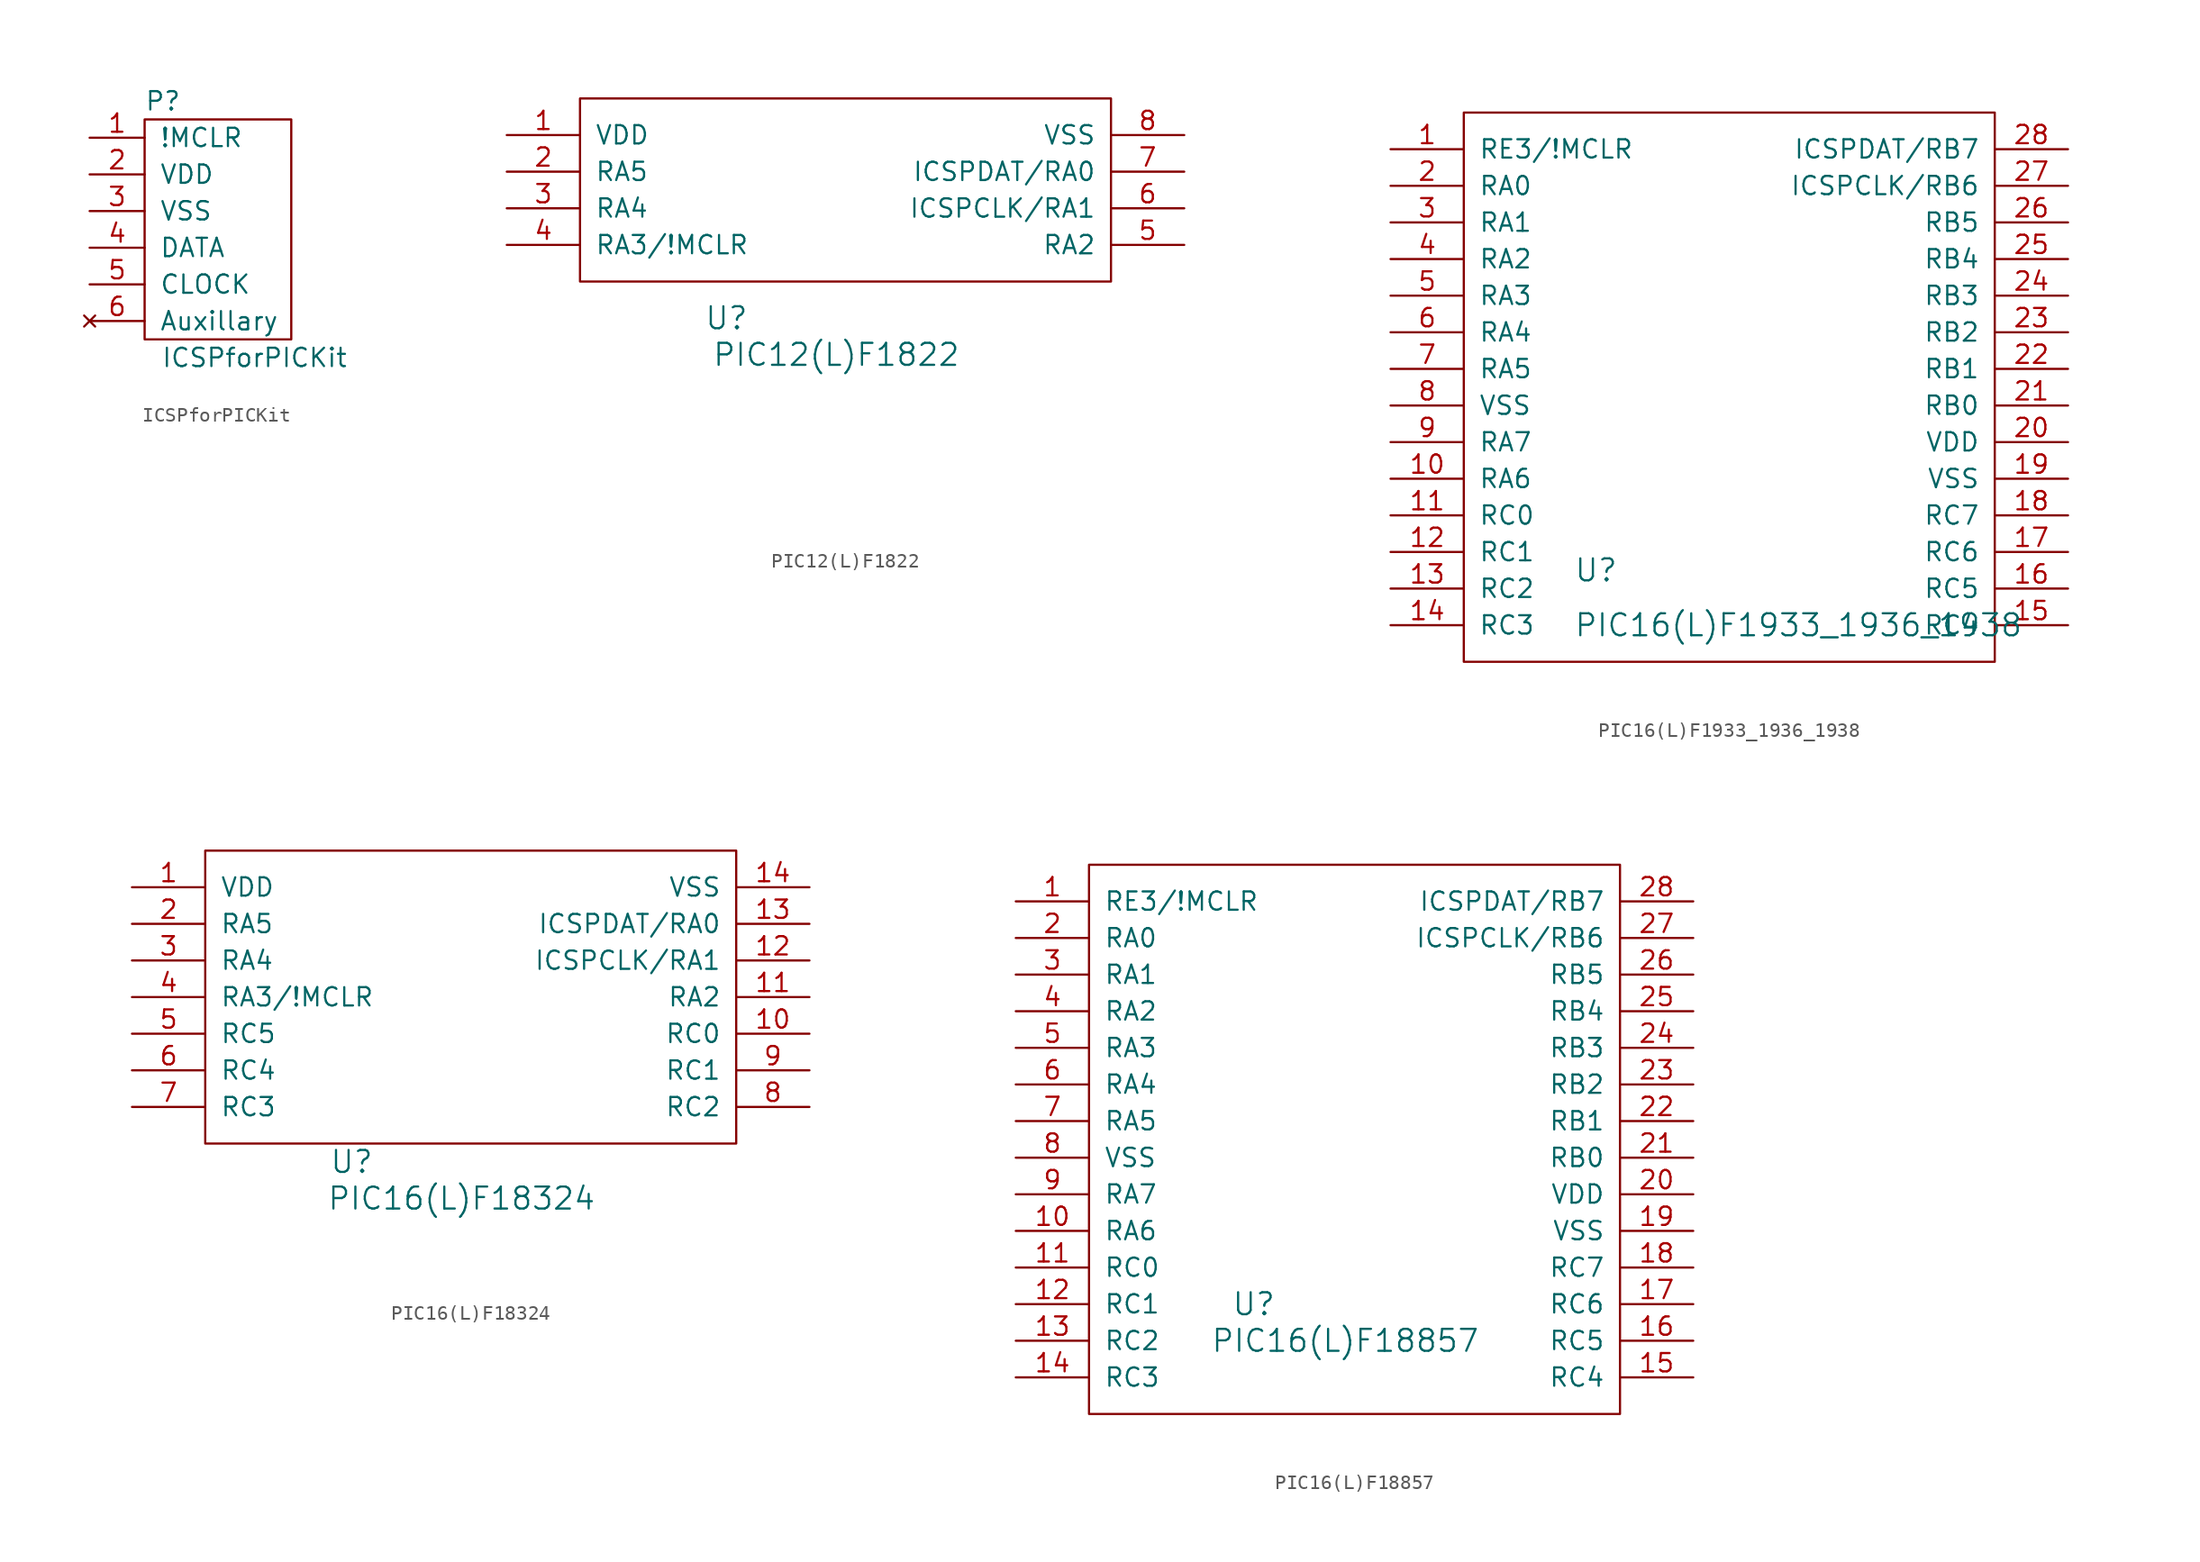
<source format=kicad_sym>
(kicad_symbol_lib
  (version 20220914)
  (generator kicad_symbol_editor)
  (symbol "ICSPforPICKit"
    (pin_names
      (offset 1.016))
    (property "Reference" "P"
      (at 0 8.89 0)
      (effects (font (size 1.27 1.27))))
    (property "Value" "ICSPforPICKit"
      (at 6.35 -8.89 0)
      (effects (font (size 1.27 1.27))))
    (property "Footprint" ""
      (at 0 0 0)
      (effects (font (size 1.27 1.27))))
    (property "Datasheet" ""
      (at 0 0 0)
      (effects (font (size 1.27 1.27))))
    (symbol "ICSPforPICKit_0_1"
      (rectangle (start -1.27 7.62) (end 8.89 -7.62) (stroke (width 0) (type solid)) (fill (type none))))
    (symbol "ICSPforPICKit_1_1"
      (pin output line (at -5.08 6.35 0) (length 3.81) (name "!MCLR" (effects (font (size 1.27 1.27)))) (number "1" (effects (font (size 1.27 1.27)))))
      (pin power_in line (at -5.08 3.81 0) (length 3.81) (name "VDD" (effects (font (size 1.27 1.27)))) (number "2" (effects (font (size 1.27 1.27)))))
      (pin power_in line (at -5.08 1.27 0) (length 3.81) (name "VSS" (effects (font (size 1.27 1.27)))) (number "3" (effects (font (size 1.27 1.27)))))
      (pin bidirectional line (at -5.08 -1.27 0) (length 3.81) (name "DATA" (effects (font (size 1.27 1.27)))) (number "4" (effects (font (size 1.27 1.27)))))
      (pin output line (at -5.08 -3.81 0) (length 3.81) (name "CLOCK" (effects (font (size 1.27 1.27)))) (number "5" (effects (font (size 1.27 1.27)))))
      (pin no_connect line (at -5.08 -6.35 0) (length 3.81) (name "Auxillary" (effects (font (size 1.27 1.27)))) (number "6" (effects (font (size 1.27 1.27)))))))
  (symbol "PIC12(L)F1822"
    (pin_names
      (offset 1.016))
    (property "Reference" "U"
      (at 15.24 -12.7 0)
      (effects (font (size 1.524 1.524))))
    (property "Value" "PIC12(L)F1822"
      (at 22.86 -15.24 0)
      (effects (font (size 1.524 1.524))))
    (property "Footprint" ""
      (at 46.99 -25.4 0)
      (effects (font (size 1.524 1.524))))
    (property "Datasheet" ""
      (at 46.99 -25.4 0)
      (effects (font (size 1.524 1.524))))
    (symbol "PIC12(L)F1822_0_1"
      (rectangle (start 5.08 2.54) (end 41.91 -10.16) (stroke (width 0) (type solid)) (fill (type none))))
    (symbol "PIC12(L)F1822_1_1"
      (pin power_in line (at 0 0 0) (length 5.08) (name "VDD" (effects (font (size 1.27 1.27)))) (number "1" (effects (font (size 1.27 1.27)))))
      (pin bidirectional line (at 0 -2.54 0) (length 5.08) (name "RA5" (effects (font (size 1.27 1.27)))) (number "2" (effects (font (size 1.27 1.27)))))
      (pin bidirectional line (at 0 -5.08 0) (length 5.08) (name "RA4" (effects (font (size 1.27 1.27)))) (number "3" (effects (font (size 1.27 1.27)))))
      (pin bidirectional line (at 0 -7.62 0) (length 5.08) (name "RA3/!MCLR" (effects (font (size 1.27 1.27)))) (number "4" (effects (font (size 1.27 1.27)))))
      (pin output line (at 46.99 -7.62 180) (length 5.08) (name "RA2" (effects (font (size 1.27 1.27)))) (number "5" (effects (font (size 1.27 1.27)))))
      (pin bidirectional line (at 46.99 -5.08 180) (length 5.08) (name "ICSPCLK/RA1" (effects (font (size 1.27 1.27)))) (number "6" (effects (font (size 1.27 1.27)))))
      (pin bidirectional line (at 46.99 -2.54 180) (length 5.08) (name "ICSPDAT/RA0" (effects (font (size 1.27 1.27)))) (number "7" (effects (font (size 1.27 1.27)))))
      (pin power_in line (at 46.99 0 180) (length 5.08) (name "VSS" (effects (font (size 1.27 1.27)))) (number "8" (effects (font (size 1.27 1.27)))))))
  (symbol "PIC16(L)F1933_1936_1938"
    (pin_names
      (offset 1.016))
    (property "Reference" "U"
      (at 12.7 -29.21 0)
      (effects (font (size 1.524 1.524)) (justify left)))
    (property "Value" "PIC16(L)F1933_1936_1938"
      (at 12.7 -33.02 0)
      (effects (font (size 1.524 1.524)) (justify left)))
    (property "Footprint" ""
      (at 0 -22.86 0)
      (effects (font (size 1.524 1.524))))
    (property "Datasheet" ""
      (at 0 -22.86 0)
      (effects (font (size 1.524 1.524))))
    (symbol "PIC16(L)F1933_1936_1938_0_1"
      (rectangle (start 5.08 2.54) (end 41.91 -35.56) (stroke (width 0) (type solid)) (fill (type none))))
    (symbol "PIC16(L)F1933_1936_1938_1_1"
      (pin input line (at 0 0 0) (length 5.08) (name "RE3/!MCLR" (effects (font (size 1.27 1.27)))) (number "1" (effects (font (size 1.27 1.27)))))
      (pin bidirectional line (at 0 -22.86 0) (length 5.08) (name "RA6" (effects (font (size 1.27 1.27)))) (number "10" (effects (font (size 1.27 1.27)))))
      (pin bidirectional line (at 0 -25.4 0) (length 5.08) (name "RC0" (effects (font (size 1.27 1.27)))) (number "11" (effects (font (size 1.27 1.27)))))
      (pin bidirectional line (at 0 -27.94 0) (length 5.08) (name "RC1" (effects (font (size 1.27 1.27)))) (number "12" (effects (font (size 1.27 1.27)))))
      (pin bidirectional line (at 0 -30.48 0) (length 5.08) (name "RC2" (effects (font (size 1.27 1.27)))) (number "13" (effects (font (size 1.27 1.27)))))
      (pin bidirectional line (at 0 -33.02 0) (length 5.08) (name "RC3" (effects (font (size 1.27 1.27)))) (number "14" (effects (font (size 1.27 1.27)))))
      (pin bidirectional line (at 46.99 -33.02 180) (length 5.08) (name "RC4" (effects (font (size 1.27 1.27)))) (number "15" (effects (font (size 1.27 1.27)))))
      (pin bidirectional line (at 46.99 -30.48 180) (length 5.08) (name "RC5" (effects (font (size 1.27 1.27)))) (number "16" (effects (font (size 1.27 1.27)))))
      (pin bidirectional line (at 46.99 -27.94 180) (length 5.08) (name "RC6" (effects (font (size 1.27 1.27)))) (number "17" (effects (font (size 1.27 1.27)))))
      (pin bidirectional line (at 46.99 -25.4 180) (length 5.08) (name "RC7" (effects (font (size 1.27 1.27)))) (number "18" (effects (font (size 1.27 1.27)))))
      (pin power_in line (at 46.99 -22.86 180) (length 5.08) (name "VSS" (effects (font (size 1.27 1.27)))) (number "19" (effects (font (size 1.27 1.27)))))
      (pin bidirectional line (at 0 -2.54 0) (length 5.08) (name "RA0" (effects (font (size 1.27 1.27)))) (number "2" (effects (font (size 1.27 1.27)))))
      (pin power_in line (at 46.99 -20.32 180) (length 5.08) (name "VDD" (effects (font (size 1.27 1.27)))) (number "20" (effects (font (size 1.27 1.27)))))
      (pin bidirectional line (at 46.99 -17.78 180) (length 5.08) (name "RB0" (effects (font (size 1.27 1.27)))) (number "21" (effects (font (size 1.27 1.27)))))
      (pin bidirectional line (at 46.99 -15.24 180) (length 5.08) (name "RB1" (effects (font (size 1.27 1.27)))) (number "22" (effects (font (size 1.27 1.27)))))
      (pin bidirectional line (at 46.99 -12.7 180) (length 5.08) (name "RB2" (effects (font (size 1.27 1.27)))) (number "23" (effects (font (size 1.27 1.27)))))
      (pin bidirectional line (at 46.99 -10.16 180) (length 5.08) (name "RB3" (effects (font (size 1.27 1.27)))) (number "24" (effects (font (size 1.27 1.27)))))
      (pin bidirectional line (at 46.99 -7.62 180) (length 5.08) (name "RB4" (effects (font (size 1.27 1.27)))) (number "25" (effects (font (size 1.27 1.27)))))
      (pin bidirectional line (at 46.99 -5.08 180) (length 5.08) (name "RB5" (effects (font (size 1.27 1.27)))) (number "26" (effects (font (size 1.27 1.27)))))
      (pin bidirectional line (at 46.99 -2.54 180) (length 5.08) (name "ICSPCLK/RB6" (effects (font (size 1.27 1.27)))) (number "27" (effects (font (size 1.27 1.27)))))
      (pin bidirectional line (at 46.99 0 180) (length 5.08) (name "ICSPDAT/RB7" (effects (font (size 1.27 1.27)))) (number "28" (effects (font (size 1.27 1.27)))))
      (pin bidirectional line (at 0 -5.08 0) (length 5.08) (name "RA1" (effects (font (size 1.27 1.27)))) (number "3" (effects (font (size 1.27 1.27)))))
      (pin bidirectional line (at 0 -7.62 0) (length 5.08) (name "RA2" (effects (font (size 1.27 1.27)))) (number "4" (effects (font (size 1.27 1.27)))))
      (pin bidirectional line (at 0 -10.16 0) (length 5.08) (name "RA3" (effects (font (size 1.27 1.27)))) (number "5" (effects (font (size 1.27 1.27)))))
      (pin bidirectional line (at 0 -12.7 0) (length 5.08) (name "RA4" (effects (font (size 1.27 1.27)))) (number "6" (effects (font (size 1.27 1.27)))))
      (pin bidirectional line (at 0 -15.24 0) (length 5.08) (name "RA5" (effects (font (size 1.27 1.27)))) (number "7" (effects (font (size 1.27 1.27)))))
      (pin power_in line (at 0 -17.78 0) (length 5.08) (name "VSS" (effects (font (size 1.27 1.27)))) (number "8" (effects (font (size 1.27 1.27)))))
      (pin bidirectional line (at 0 -20.32 0) (length 5.08) (name "RA7" (effects (font (size 1.27 1.27)))) (number "9" (effects (font (size 1.27 1.27)))))))
  (symbol "PIC16(L)F18324"
    (pin_names
      (offset 1.016))
    (property "Reference" "U"
      (at 15.24 -19.05 0)
      (effects (font (size 1.524 1.524))))
    (property "Value" "PIC16(L)F18324"
      (at 22.86 -21.59 0)
      (effects (font (size 1.524 1.524))))
    (property "Footprint" ""
      (at 46.99 -25.4 0)
      (effects (font (size 1.524 1.524))))
    (property "Datasheet" ""
      (at 46.99 -25.4 0)
      (effects (font (size 1.524 1.524))))
    (symbol "PIC16(L)F18324_0_1"
      (rectangle (start 5.08 2.54) (end 41.91 -17.78) (stroke (width 0) (type solid)) (fill (type none))))
    (symbol "PIC16(L)F18324_1_1"
      (pin power_in line (at 0 0 0) (length 5.08) (name "VDD" (effects (font (size 1.27 1.27)))) (number "1" (effects (font (size 1.27 1.27)))))
      (pin bidirectional line (at 46.99 -10.16 180) (length 5.08) (name "RC0" (effects (font (size 1.27 1.27)))) (number "10" (effects (font (size 1.27 1.27)))))
      (pin output line (at 46.99 -7.62 180) (length 5.08) (name "RA2" (effects (font (size 1.27 1.27)))) (number "11" (effects (font (size 1.27 1.27)))))
      (pin bidirectional line (at 46.99 -5.08 180) (length 5.08) (name "ICSPCLK/RA1" (effects (font (size 1.27 1.27)))) (number "12" (effects (font (size 1.27 1.27)))))
      (pin bidirectional line (at 46.99 -2.54 180) (length 5.08) (name "ICSPDAT/RA0" (effects (font (size 1.27 1.27)))) (number "13" (effects (font (size 1.27 1.27)))))
      (pin power_in line (at 46.99 0 180) (length 5.08) (name "VSS" (effects (font (size 1.27 1.27)))) (number "14" (effects (font (size 1.27 1.27)))))
      (pin bidirectional line (at 0 -2.54 0) (length 5.08) (name "RA5" (effects (font (size 1.27 1.27)))) (number "2" (effects (font (size 1.27 1.27)))))
      (pin bidirectional line (at 0 -5.08 0) (length 5.08) (name "RA4" (effects (font (size 1.27 1.27)))) (number "3" (effects (font (size 1.27 1.27)))))
      (pin bidirectional line (at 0 -7.62 0) (length 5.08) (name "RA3/!MCLR" (effects (font (size 1.27 1.27)))) (number "4" (effects (font (size 1.27 1.27)))))
      (pin bidirectional line (at 0 -10.16 0) (length 5.08) (name "RC5" (effects (font (size 1.27 1.27)))) (number "5" (effects (font (size 1.27 1.27)))))
      (pin bidirectional line (at 0 -12.7 0) (length 5.08) (name "RC4" (effects (font (size 1.27 1.27)))) (number "6" (effects (font (size 1.27 1.27)))))
      (pin bidirectional line (at 0 -15.24 0) (length 5.08) (name "RC3" (effects (font (size 1.27 1.27)))) (number "7" (effects (font (size 1.27 1.27)))))
      (pin bidirectional line (at 46.99 -15.24 180) (length 5.08) (name "RC2" (effects (font (size 1.27 1.27)))) (number "8" (effects (font (size 1.27 1.27)))))
      (pin bidirectional line (at 46.99 -12.7 180) (length 5.08) (name "RC1" (effects (font (size 1.27 1.27)))) (number "9" (effects (font (size 1.27 1.27)))))))
  (symbol "PIC16(L)F18857"
    (pin_names
      (offset 1.016))
    (property "Reference" "U"
      (at 16.51 -27.94 0)
      (effects (font (size 1.524 1.524))))
    (property "Value" "PIC16(L)F18857"
      (at 22.86 -30.48 0)
      (effects (font (size 1.524 1.524))))
    (property "Footprint" ""
      (at 0 -22.86 0)
      (effects (font (size 1.524 1.524))))
    (property "Datasheet" ""
      (at 0 -22.86 0)
      (effects (font (size 1.524 1.524))))
    (symbol "PIC16(L)F18857_0_1"
      (rectangle (start 5.08 2.54) (end 41.91 -35.56) (stroke (width 0) (type solid)) (fill (type none))))
    (symbol "PIC16(L)F18857_1_1"
      (pin input line (at 0 0 0) (length 5.08) (name "RE3/!MCLR" (effects (font (size 1.27 1.27)))) (number "1" (effects (font (size 1.27 1.27)))))
      (pin bidirectional line (at 0 -22.86 0) (length 5.08) (name "RA6" (effects (font (size 1.27 1.27)))) (number "10" (effects (font (size 1.27 1.27)))))
      (pin bidirectional line (at 0 -25.4 0) (length 5.08) (name "RC0" (effects (font (size 1.27 1.27)))) (number "11" (effects (font (size 1.27 1.27)))))
      (pin bidirectional line (at 0 -27.94 0) (length 5.08) (name "RC1" (effects (font (size 1.27 1.27)))) (number "12" (effects (font (size 1.27 1.27)))))
      (pin bidirectional line (at 0 -30.48 0) (length 5.08) (name "RC2" (effects (font (size 1.27 1.27)))) (number "13" (effects (font (size 1.27 1.27)))))
      (pin bidirectional line (at 0 -33.02 0) (length 5.08) (name "RC3" (effects (font (size 1.27 1.27)))) (number "14" (effects (font (size 1.27 1.27)))))
      (pin bidirectional line (at 46.99 -33.02 180) (length 5.08) (name "RC4" (effects (font (size 1.27 1.27)))) (number "15" (effects (font (size 1.27 1.27)))))
      (pin bidirectional line (at 46.99 -30.48 180) (length 5.08) (name "RC5" (effects (font (size 1.27 1.27)))) (number "16" (effects (font (size 1.27 1.27)))))
      (pin bidirectional line (at 46.99 -27.94 180) (length 5.08) (name "RC6" (effects (font (size 1.27 1.27)))) (number "17" (effects (font (size 1.27 1.27)))))
      (pin bidirectional line (at 46.99 -25.4 180) (length 5.08) (name "RC7" (effects (font (size 1.27 1.27)))) (number "18" (effects (font (size 1.27 1.27)))))
      (pin power_in line (at 46.99 -22.86 180) (length 5.08) (name "VSS" (effects (font (size 1.27 1.27)))) (number "19" (effects (font (size 1.27 1.27)))))
      (pin bidirectional line (at 0 -2.54 0) (length 5.08) (name "RA0" (effects (font (size 1.27 1.27)))) (number "2" (effects (font (size 1.27 1.27)))))
      (pin power_in line (at 46.99 -20.32 180) (length 5.08) (name "VDD" (effects (font (size 1.27 1.27)))) (number "20" (effects (font (size 1.27 1.27)))))
      (pin bidirectional line (at 46.99 -17.78 180) (length 5.08) (name "RB0" (effects (font (size 1.27 1.27)))) (number "21" (effects (font (size 1.27 1.27)))))
      (pin bidirectional line (at 46.99 -15.24 180) (length 5.08) (name "RB1" (effects (font (size 1.27 1.27)))) (number "22" (effects (font (size 1.27 1.27)))))
      (pin bidirectional line (at 46.99 -12.7 180) (length 5.08) (name "RB2" (effects (font (size 1.27 1.27)))) (number "23" (effects (font (size 1.27 1.27)))))
      (pin bidirectional line (at 46.99 -10.16 180) (length 5.08) (name "RB3" (effects (font (size 1.27 1.27)))) (number "24" (effects (font (size 1.27 1.27)))))
      (pin bidirectional line (at 46.99 -7.62 180) (length 5.08) (name "RB4" (effects (font (size 1.27 1.27)))) (number "25" (effects (font (size 1.27 1.27)))))
      (pin bidirectional line (at 46.99 -5.08 180) (length 5.08) (name "RB5" (effects (font (size 1.27 1.27)))) (number "26" (effects (font (size 1.27 1.27)))))
      (pin bidirectional line (at 46.99 -2.54 180) (length 5.08) (name "ICSPCLK/RB6" (effects (font (size 1.27 1.27)))) (number "27" (effects (font (size 1.27 1.27)))))
      (pin bidirectional line (at 46.99 0 180) (length 5.08) (name "ICSPDAT/RB7" (effects (font (size 1.27 1.27)))) (number "28" (effects (font (size 1.27 1.27)))))
      (pin bidirectional line (at 0 -5.08 0) (length 5.08) (name "RA1" (effects (font (size 1.27 1.27)))) (number "3" (effects (font (size 1.27 1.27)))))
      (pin bidirectional line (at 0 -7.62 0) (length 5.08) (name "RA2" (effects (font (size 1.27 1.27)))) (number "4" (effects (font (size 1.27 1.27)))))
      (pin bidirectional line (at 0 -10.16 0) (length 5.08) (name "RA3" (effects (font (size 1.27 1.27)))) (number "5" (effects (font (size 1.27 1.27)))))
      (pin bidirectional line (at 0 -12.7 0) (length 5.08) (name "RA4" (effects (font (size 1.27 1.27)))) (number "6" (effects (font (size 1.27 1.27)))))
      (pin bidirectional line (at 0 -15.24 0) (length 5.08) (name "RA5" (effects (font (size 1.27 1.27)))) (number "7" (effects (font (size 1.27 1.27)))))
      (pin power_in line (at 0 -17.78 0) (length 5.08) (name "VSS" (effects (font (size 1.27 1.27)))) (number "8" (effects (font (size 1.27 1.27)))))
      (pin bidirectional line (at 0 -20.32 0) (length 5.08) (name "RA7" (effects (font (size 1.27 1.27)))) (number "9" (effects (font (size 1.27 1.27))))))))
</source>
